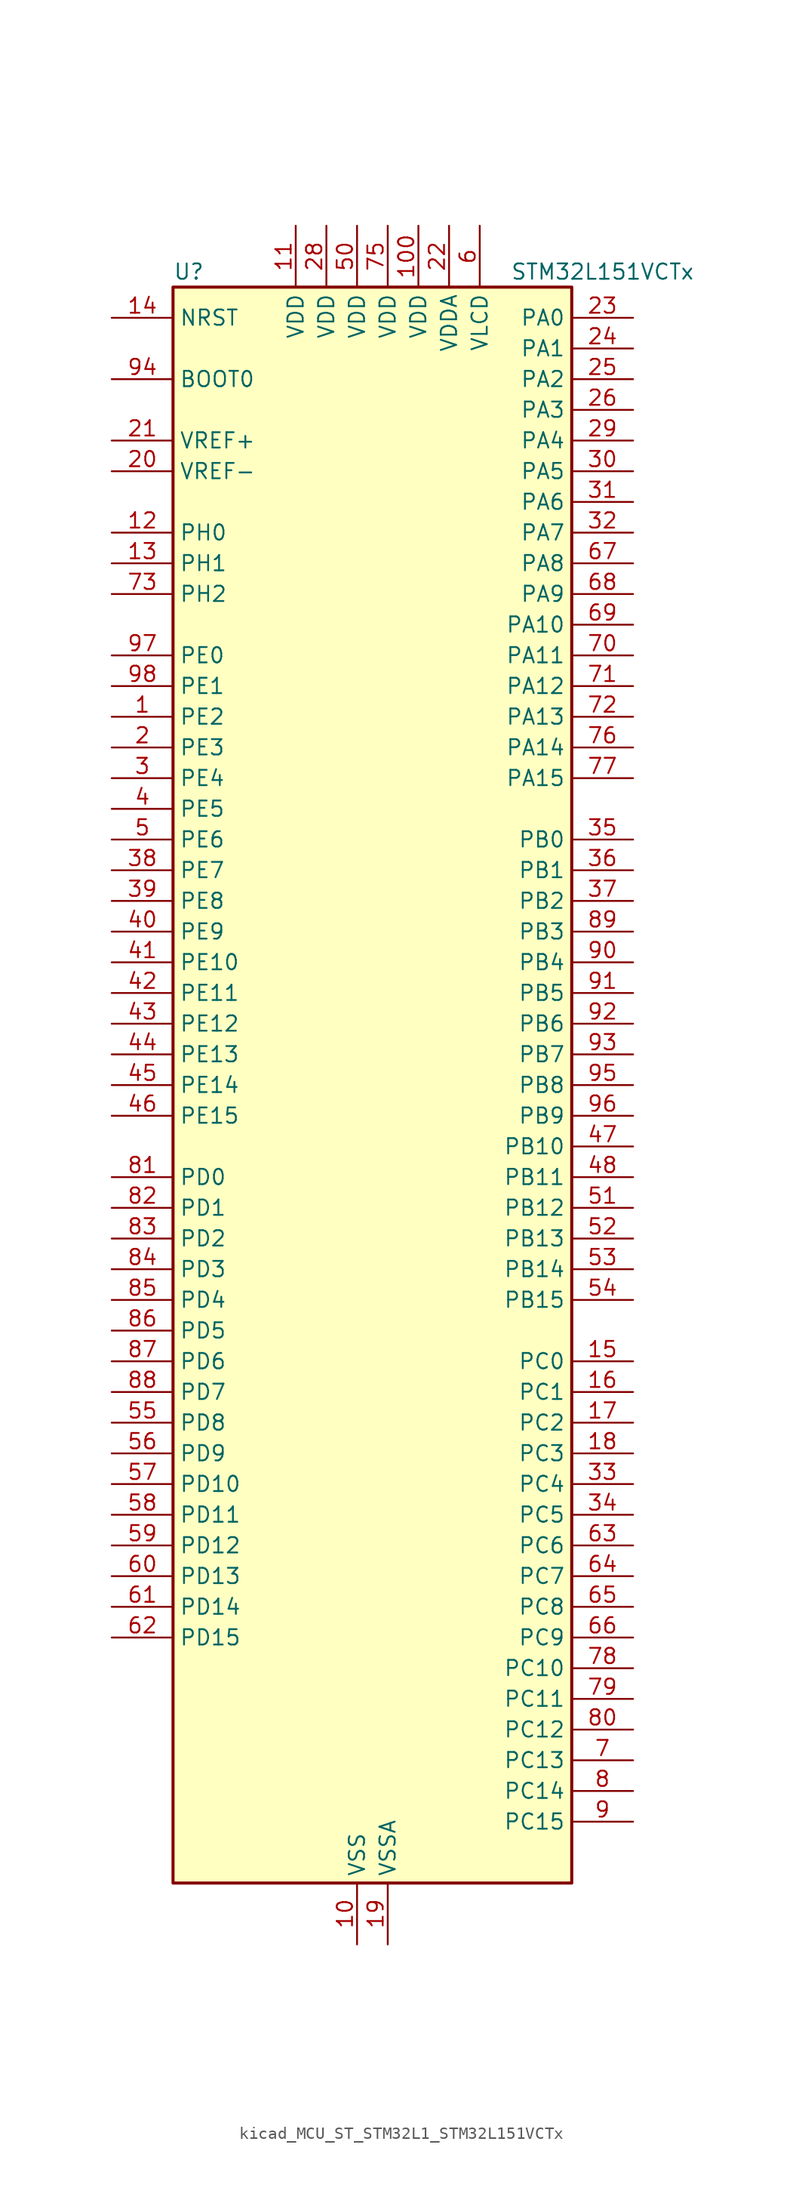
<source format=kicad_sym>
(kicad_symbol_lib
  (version 20220914)
  (generator kicad_symbol_editor)
  (symbol "kicad_MCU_ST_STM32L1_STM32L151VCTx"
    (property "Reference" "U"
      (at -15.24 67.31 0)
      (effects (font (size 1.27 1.27)) (justify left)))
    (property "Value" "STM32L151VCTx"
      (at 12.7 67.31 0)
      (effects (font (size 1.27 1.27)) (justify left)))
    (property "ki_locked" ""
      (at 0 0 0)
      (effects (font (size 1.27 1.27))))
    (symbol "kicad_MCU_ST_STM32L1_STM32L151VCTx_0_1"
      (rectangle (start -15.24 -66.04) (end 17.78 66.04) (stroke (width 0.254) (type default)) (fill (type background))))
    (symbol "kicad_MCU_ST_STM32L1_STM32L151VCTx_1_1"
      (pin bidirectional line (at -20.32 30.48 0) (length 5.08) (name "PE2" (effects (font (size 1.27 1.27)))) (number "1" (effects (font (size 1.27 1.27)))) (alternate "SYS_TRACECK" bidirectional line) (alternate "TIM3_ETR" bidirectional line) (alternate "TIMX_IC3" bidirectional line))
      (pin power_in line (at 0 -71.12 90) (length 5.08) (name "VSS" (effects (font (size 1.27 1.27)))) (number "10" (effects (font (size 1.27 1.27)))))
      (pin power_in line (at 5.08 71.12 270) (length 5.08) (name "VDD" (effects (font (size 1.27 1.27)))) (number "100" (effects (font (size 1.27 1.27)))))
      (pin power_in line (at -5.08 71.12 270) (length 5.08) (name "VDD" (effects (font (size 1.27 1.27)))) (number "11" (effects (font (size 1.27 1.27)))))
      (pin bidirectional line (at -20.32 45.72 0) (length 5.08) (name "PH0" (effects (font (size 1.27 1.27)))) (number "12" (effects (font (size 1.27 1.27)))) (alternate "RCC_OSC_IN" bidirectional line))
      (pin bidirectional line (at -20.32 43.18 0) (length 5.08) (name "PH1" (effects (font (size 1.27 1.27)))) (number "13" (effects (font (size 1.27 1.27)))) (alternate "RCC_OSC_OUT" bidirectional line))
      (pin input line (at -20.32 63.5 0) (length 5.08) (name "NRST" (effects (font (size 1.27 1.27)))) (number "14" (effects (font (size 1.27 1.27)))))
      (pin bidirectional line (at 22.86 -22.86 180) (length 5.08) (name "PC0" (effects (font (size 1.27 1.27)))) (number "15" (effects (font (size 1.27 1.27)))) (alternate "ADC_IN10" bidirectional line) (alternate "COMP1_INP" bidirectional line) (alternate "TIMX_IC1" bidirectional line) (alternate "TS_G8_IO1" bidirectional line))
      (pin bidirectional line (at 22.86 -25.4 180) (length 5.08) (name "PC1" (effects (font (size 1.27 1.27)))) (number "16" (effects (font (size 1.27 1.27)))) (alternate "ADC_IN11" bidirectional line) (alternate "COMP1_INP" bidirectional line) (alternate "TIMX_IC2" bidirectional line) (alternate "TS_G8_IO2" bidirectional line))
      (pin bidirectional line (at 22.86 -27.94 180) (length 5.08) (name "PC2" (effects (font (size 1.27 1.27)))) (number "17" (effects (font (size 1.27 1.27)))) (alternate "ADC_IN12" bidirectional line) (alternate "COMP1_INP" bidirectional line) (alternate "TIMX_IC3" bidirectional line) (alternate "TS_G8_IO3" bidirectional line))
      (pin bidirectional line (at 22.86 -30.48 180) (length 5.08) (name "PC3" (effects (font (size 1.27 1.27)))) (number "18" (effects (font (size 1.27 1.27)))) (alternate "ADC_IN13" bidirectional line) (alternate "COMP1_INP" bidirectional line) (alternate "TIMX_IC4" bidirectional line) (alternate "TS_G8_IO4" bidirectional line))
      (pin power_in line (at 2.54 -71.12 90) (length 5.08) (name "VSSA" (effects (font (size 1.27 1.27)))) (number "19" (effects (font (size 1.27 1.27)))))
      (pin bidirectional line (at -20.32 27.94 0) (length 5.08) (name "PE3" (effects (font (size 1.27 1.27)))) (number "2" (effects (font (size 1.27 1.27)))) (alternate "SYS_TRACED0" bidirectional line) (alternate "TIM3_CH1" bidirectional line) (alternate "TIMX_IC4" bidirectional line))
      (pin input line (at -20.32 50.8 0) (length 5.08) (name "VREF-" (effects (font (size 1.27 1.27)))) (number "20" (effects (font (size 1.27 1.27)))))
      (pin input line (at -20.32 53.34 0) (length 5.08) (name "VREF+" (effects (font (size 1.27 1.27)))) (number "21" (effects (font (size 1.27 1.27)))))
      (pin power_in line (at 7.62 71.12 270) (length 5.08) (name "VDDA" (effects (font (size 1.27 1.27)))) (number "22" (effects (font (size 1.27 1.27)))))
      (pin bidirectional line (at 22.86 63.5 180) (length 5.08) (name "PA0" (effects (font (size 1.27 1.27)))) (number "23" (effects (font (size 1.27 1.27)))) (alternate "ADC_IN0" bidirectional line) (alternate "COMP1_INP" bidirectional line) (alternate "RTC_TAMP2" bidirectional line) (alternate "SYS_WKUP1" bidirectional line) (alternate "TIM2_CH1" bidirectional line) (alternate "TIM2_ETR" bidirectional line) (alternate "TIM5_CH1" bidirectional line) (alternate "TIMX_IC1" bidirectional line) (alternate "TS_G1_IO1" bidirectional line) (alternate "USART2_CTS" bidirectional line))
      (pin bidirectional line (at 22.86 60.96 180) (length 5.08) (name "PA1" (effects (font (size 1.27 1.27)))) (number "24" (effects (font (size 1.27 1.27)))) (alternate "ADC_IN1" bidirectional line) (alternate "COMP1_INP" bidirectional line) (alternate "OPAMP1_VINP" bidirectional line) (alternate "TIM2_CH2" bidirectional line) (alternate "TIM5_CH2" bidirectional line) (alternate "TIMX_IC2" bidirectional line) (alternate "TS_G1_IO2" bidirectional line) (alternate "USART2_RTS" bidirectional line))
      (pin bidirectional line (at 22.86 58.42 180) (length 5.08) (name "PA2" (effects (font (size 1.27 1.27)))) (number "25" (effects (font (size 1.27 1.27)))) (alternate "ADC_IN2" bidirectional line) (alternate "COMP1_INP" bidirectional line) (alternate "OPAMP1_VINM" bidirectional line) (alternate "TIM2_CH3" bidirectional line) (alternate "TIM5_CH3" bidirectional line) (alternate "TIM9_CH1" bidirectional line) (alternate "TIMX_IC3" bidirectional line) (alternate "TS_G1_IO3" bidirectional line) (alternate "USART2_TX" bidirectional line))
      (pin bidirectional line (at 22.86 55.88 180) (length 5.08) (name "PA3" (effects (font (size 1.27 1.27)))) (number "26" (effects (font (size 1.27 1.27)))) (alternate "ADC_IN3" bidirectional line) (alternate "COMP1_INP" bidirectional line) (alternate "OPAMP1_VOUT" bidirectional line) (alternate "TIM2_CH4" bidirectional line) (alternate "TIM5_CH4" bidirectional line) (alternate "TIM9_CH2" bidirectional line) (alternate "TIMX_IC4" bidirectional line) (alternate "TS_G1_IO4" bidirectional line) (alternate "USART2_RX" bidirectional line))
      (pin passive line (at 0 -71.12 90) (length 5.08) hide (name "VSS" (effects (font (size 1.27 1.27)))) (number "27" (effects (font (size 1.27 1.27)))))
      (pin power_in line (at -2.54 71.12 270) (length 5.08) (name "VDD" (effects (font (size 1.27 1.27)))) (number "28" (effects (font (size 1.27 1.27)))))
      (pin bidirectional line (at 22.86 53.34 180) (length 5.08) (name "PA4" (effects (font (size 1.27 1.27)))) (number "29" (effects (font (size 1.27 1.27)))) (alternate "ADC_IN4" bidirectional line) (alternate "COMP1_INP" bidirectional line) (alternate "DAC_OUT1" bidirectional line) (alternate "I2S3_WS" bidirectional line) (alternate "SPI1_NSS" bidirectional line) (alternate "SPI3_NSS" bidirectional line) (alternate "TIMX_IC1" bidirectional line) (alternate "USART2_CK" bidirectional line))
      (pin bidirectional line (at -20.32 25.4 0) (length 5.08) (name "PE4" (effects (font (size 1.27 1.27)))) (number "3" (effects (font (size 1.27 1.27)))) (alternate "SYS_TRACED1" bidirectional line) (alternate "TIM3_CH2" bidirectional line) (alternate "TIMX_IC1" bidirectional line))
      (pin bidirectional line (at 22.86 50.8 180) (length 5.08) (name "PA5" (effects (font (size 1.27 1.27)))) (number "30" (effects (font (size 1.27 1.27)))) (alternate "ADC_IN5" bidirectional line) (alternate "COMP1_INP" bidirectional line) (alternate "DAC_OUT2" bidirectional line) (alternate "SPI1_SCK" bidirectional line) (alternate "TIM2_CH1" bidirectional line) (alternate "TIM2_ETR" bidirectional line) (alternate "TIMX_IC2" bidirectional line))
      (pin bidirectional line (at 22.86 48.26 180) (length 5.08) (name "PA6" (effects (font (size 1.27 1.27)))) (number "31" (effects (font (size 1.27 1.27)))) (alternate "ADC_IN6" bidirectional line) (alternate "COMP1_INP" bidirectional line) (alternate "OPAMP2_VINP" bidirectional line) (alternate "SPI1_MISO" bidirectional line) (alternate "TIM10_CH1" bidirectional line) (alternate "TIM3_CH1" bidirectional line) (alternate "TIMX_IC3" bidirectional line) (alternate "TS_G2_IO1" bidirectional line))
      (pin bidirectional line (at 22.86 45.72 180) (length 5.08) (name "PA7" (effects (font (size 1.27 1.27)))) (number "32" (effects (font (size 1.27 1.27)))) (alternate "ADC_IN7" bidirectional line) (alternate "COMP1_INP" bidirectional line) (alternate "OPAMP2_VINM" bidirectional line) (alternate "SPI1_MOSI" bidirectional line) (alternate "TIM11_CH1" bidirectional line) (alternate "TIM3_CH2" bidirectional line) (alternate "TIMX_IC4" bidirectional line) (alternate "TS_G2_IO2" bidirectional line))
      (pin bidirectional line (at 22.86 -33.02 180) (length 5.08) (name "PC4" (effects (font (size 1.27 1.27)))) (number "33" (effects (font (size 1.27 1.27)))) (alternate "ADC_IN14" bidirectional line) (alternate "COMP1_INP" bidirectional line) (alternate "TIMX_IC1" bidirectional line) (alternate "TS_G9_IO1" bidirectional line))
      (pin bidirectional line (at 22.86 -35.56 180) (length 5.08) (name "PC5" (effects (font (size 1.27 1.27)))) (number "34" (effects (font (size 1.27 1.27)))) (alternate "ADC_IN15" bidirectional line) (alternate "COMP1_INP" bidirectional line) (alternate "TIMX_IC2" bidirectional line) (alternate "TS_G9_IO2" bidirectional line))
      (pin bidirectional line (at 22.86 20.32 180) (length 5.08) (name "PB0" (effects (font (size 1.27 1.27)))) (number "35" (effects (font (size 1.27 1.27)))) (alternate "ADC_IN8" bidirectional line) (alternate "COMP1_INP" bidirectional line) (alternate "OPAMP2_VOUT" bidirectional line) (alternate "SYS_V_REF_OUT" bidirectional line) (alternate "TIM3_CH3" bidirectional line) (alternate "TS_G3_IO1" bidirectional line))
      (pin bidirectional line (at 22.86 17.78 180) (length 5.08) (name "PB1" (effects (font (size 1.27 1.27)))) (number "36" (effects (font (size 1.27 1.27)))) (alternate "ADC_IN9" bidirectional line) (alternate "COMP1_INP" bidirectional line) (alternate "SYS_V_REF_OUT" bidirectional line) (alternate "TIM3_CH4" bidirectional line) (alternate "TS_G3_IO2" bidirectional line))
      (pin bidirectional line (at 22.86 15.24 180) (length 5.08) (name "PB2" (effects (font (size 1.27 1.27)))) (number "37" (effects (font (size 1.27 1.27)))) (alternate "TS_G3_IO3" bidirectional line))
      (pin bidirectional line (at -20.32 17.78 0) (length 5.08) (name "PE7" (effects (font (size 1.27 1.27)))) (number "38" (effects (font (size 1.27 1.27)))) (alternate "ADC_IN22" bidirectional line) (alternate "COMP1_INP" bidirectional line) (alternate "TIMX_IC4" bidirectional line))
      (pin bidirectional line (at -20.32 15.24 0) (length 5.08) (name "PE8" (effects (font (size 1.27 1.27)))) (number "39" (effects (font (size 1.27 1.27)))) (alternate "ADC_IN23" bidirectional line) (alternate "COMP1_INP" bidirectional line) (alternate "TIMX_IC1" bidirectional line))
      (pin bidirectional line (at -20.32 22.86 0) (length 5.08) (name "PE5" (effects (font (size 1.27 1.27)))) (number "4" (effects (font (size 1.27 1.27)))) (alternate "SYS_TRACED2" bidirectional line) (alternate "TIM9_CH1" bidirectional line) (alternate "TIMX_IC2" bidirectional line))
      (pin bidirectional line (at -20.32 12.7 0) (length 5.08) (name "PE9" (effects (font (size 1.27 1.27)))) (number "40" (effects (font (size 1.27 1.27)))) (alternate "ADC_IN24" bidirectional line) (alternate "COMP1_INP" bidirectional line) (alternate "DAC_EXTI9" bidirectional line) (alternate "TIM2_CH1" bidirectional line) (alternate "TIM2_ETR" bidirectional line) (alternate "TIM5_ETR" bidirectional line) (alternate "TIMX_IC2" bidirectional line))
      (pin bidirectional line (at -20.32 10.16 0) (length 5.08) (name "PE10" (effects (font (size 1.27 1.27)))) (number "41" (effects (font (size 1.27 1.27)))) (alternate "ADC_IN25" bidirectional line) (alternate "COMP1_INP" bidirectional line) (alternate "TIM2_CH2" bidirectional line) (alternate "TIMX_IC3" bidirectional line))
      (pin bidirectional line (at -20.32 7.62 0) (length 5.08) (name "PE11" (effects (font (size 1.27 1.27)))) (number "42" (effects (font (size 1.27 1.27)))) (alternate "ADC_EXTI11" bidirectional line) (alternate "TIM2_CH3" bidirectional line) (alternate "TIMX_IC4" bidirectional line))
      (pin bidirectional line (at -20.32 5.08 0) (length 5.08) (name "PE12" (effects (font (size 1.27 1.27)))) (number "43" (effects (font (size 1.27 1.27)))) (alternate "SPI1_NSS" bidirectional line) (alternate "TIM2_CH4" bidirectional line) (alternate "TIMX_IC1" bidirectional line))
      (pin bidirectional line (at -20.32 2.54 0) (length 5.08) (name "PE13" (effects (font (size 1.27 1.27)))) (number "44" (effects (font (size 1.27 1.27)))) (alternate "SPI1_SCK" bidirectional line) (alternate "TIMX_IC2" bidirectional line))
      (pin bidirectional line (at -20.32 0 0) (length 5.08) (name "PE14" (effects (font (size 1.27 1.27)))) (number "45" (effects (font (size 1.27 1.27)))) (alternate "SPI1_MISO" bidirectional line) (alternate "TIMX_IC3" bidirectional line))
      (pin bidirectional line (at -20.32 -2.54 0) (length 5.08) (name "PE15" (effects (font (size 1.27 1.27)))) (number "46" (effects (font (size 1.27 1.27)))) (alternate "ADC_EXTI15" bidirectional line) (alternate "SPI1_MOSI" bidirectional line) (alternate "TIMX_IC4" bidirectional line))
      (pin bidirectional line (at 22.86 -5.08 180) (length 5.08) (name "PB10" (effects (font (size 1.27 1.27)))) (number "47" (effects (font (size 1.27 1.27)))) (alternate "I2C2_SCL" bidirectional line) (alternate "TIM2_CH3" bidirectional line) (alternate "USART3_TX" bidirectional line))
      (pin bidirectional line (at 22.86 -7.62 180) (length 5.08) (name "PB11" (effects (font (size 1.27 1.27)))) (number "48" (effects (font (size 1.27 1.27)))) (alternate "ADC_EXTI11" bidirectional line) (alternate "I2C2_SDA" bidirectional line) (alternate "TIM2_CH4" bidirectional line) (alternate "USART3_RX" bidirectional line))
      (pin passive line (at 0 -71.12 90) (length 5.08) hide (name "VSS" (effects (font (size 1.27 1.27)))) (number "49" (effects (font (size 1.27 1.27)))))
      (pin bidirectional line (at -20.32 20.32 0) (length 5.08) (name "PE6" (effects (font (size 1.27 1.27)))) (number "5" (effects (font (size 1.27 1.27)))) (alternate "RTC_TAMP3" bidirectional line) (alternate "SYS_TRACED3" bidirectional line) (alternate "SYS_WKUP3" bidirectional line) (alternate "TIM9_CH2" bidirectional line) (alternate "TIMX_IC3" bidirectional line))
      (pin power_in line (at 0 71.12 270) (length 5.08) (name "VDD" (effects (font (size 1.27 1.27)))) (number "50" (effects (font (size 1.27 1.27)))))
      (pin bidirectional line (at 22.86 -10.16 180) (length 5.08) (name "PB12" (effects (font (size 1.27 1.27)))) (number "51" (effects (font (size 1.27 1.27)))) (alternate "ADC_IN18" bidirectional line) (alternate "COMP1_INP" bidirectional line) (alternate "I2C2_SMBA" bidirectional line) (alternate "I2S2_WS" bidirectional line) (alternate "SPI2_NSS" bidirectional line) (alternate "TIM10_CH1" bidirectional line) (alternate "TS_G7_IO1" bidirectional line) (alternate "USART3_CK" bidirectional line))
      (pin bidirectional line (at 22.86 -12.7 180) (length 5.08) (name "PB13" (effects (font (size 1.27 1.27)))) (number "52" (effects (font (size 1.27 1.27)))) (alternate "ADC_IN19" bidirectional line) (alternate "COMP1_INP" bidirectional line) (alternate "I2S2_CK" bidirectional line) (alternate "SPI2_SCK" bidirectional line) (alternate "TIM9_CH1" bidirectional line) (alternate "TS_G7_IO2" bidirectional line) (alternate "USART3_CTS" bidirectional line))
      (pin bidirectional line (at 22.86 -15.24 180) (length 5.08) (name "PB14" (effects (font (size 1.27 1.27)))) (number "53" (effects (font (size 1.27 1.27)))) (alternate "ADC_IN20" bidirectional line) (alternate "COMP1_INP" bidirectional line) (alternate "SPI2_MISO" bidirectional line) (alternate "TIM9_CH2" bidirectional line) (alternate "TS_G7_IO3" bidirectional line) (alternate "USART3_RTS" bidirectional line))
      (pin bidirectional line (at 22.86 -17.78 180) (length 5.08) (name "PB15" (effects (font (size 1.27 1.27)))) (number "54" (effects (font (size 1.27 1.27)))) (alternate "ADC_EXTI15" bidirectional line) (alternate "ADC_IN21" bidirectional line) (alternate "COMP1_INP" bidirectional line) (alternate "I2S2_SD" bidirectional line) (alternate "RTC_REFIN" bidirectional line) (alternate "SPI2_MOSI" bidirectional line) (alternate "TIM11_CH1" bidirectional line) (alternate "TS_G7_IO4" bidirectional line))
      (pin bidirectional line (at -20.32 -27.94 0) (length 5.08) (name "PD8" (effects (font (size 1.27 1.27)))) (number "55" (effects (font (size 1.27 1.27)))) (alternate "TIMX_IC1" bidirectional line) (alternate "USART3_TX" bidirectional line))
      (pin bidirectional line (at -20.32 -30.48 0) (length 5.08) (name "PD9" (effects (font (size 1.27 1.27)))) (number "56" (effects (font (size 1.27 1.27)))) (alternate "DAC_EXTI9" bidirectional line) (alternate "TIMX_IC2" bidirectional line) (alternate "USART3_RX" bidirectional line))
      (pin bidirectional line (at -20.32 -33.02 0) (length 5.08) (name "PD10" (effects (font (size 1.27 1.27)))) (number "57" (effects (font (size 1.27 1.27)))) (alternate "TIMX_IC3" bidirectional line) (alternate "USART3_CK" bidirectional line))
      (pin bidirectional line (at -20.32 -35.56 0) (length 5.08) (name "PD11" (effects (font (size 1.27 1.27)))) (number "58" (effects (font (size 1.27 1.27)))) (alternate "ADC_EXTI11" bidirectional line) (alternate "TIMX_IC4" bidirectional line) (alternate "USART3_CTS" bidirectional line))
      (pin bidirectional line (at -20.32 -38.1 0) (length 5.08) (name "PD12" (effects (font (size 1.27 1.27)))) (number "59" (effects (font (size 1.27 1.27)))) (alternate "TIM4_CH1" bidirectional line) (alternate "TIMX_IC1" bidirectional line) (alternate "USART3_RTS" bidirectional line))
      (pin power_in line (at 10.16 71.12 270) (length 5.08) (name "VLCD" (effects (font (size 1.27 1.27)))) (number "6" (effects (font (size 1.27 1.27)))))
      (pin bidirectional line (at -20.32 -40.64 0) (length 5.08) (name "PD13" (effects (font (size 1.27 1.27)))) (number "60" (effects (font (size 1.27 1.27)))) (alternate "TIM4_CH2" bidirectional line) (alternate "TIMX_IC2" bidirectional line))
      (pin bidirectional line (at -20.32 -43.18 0) (length 5.08) (name "PD14" (effects (font (size 1.27 1.27)))) (number "61" (effects (font (size 1.27 1.27)))) (alternate "TIM4_CH3" bidirectional line) (alternate "TIMX_IC3" bidirectional line))
      (pin bidirectional line (at -20.32 -45.72 0) (length 5.08) (name "PD15" (effects (font (size 1.27 1.27)))) (number "62" (effects (font (size 1.27 1.27)))) (alternate "ADC_EXTI15" bidirectional line) (alternate "TIM4_CH4" bidirectional line) (alternate "TIMX_IC4" bidirectional line))
      (pin bidirectional line (at 22.86 -38.1 180) (length 5.08) (name "PC6" (effects (font (size 1.27 1.27)))) (number "63" (effects (font (size 1.27 1.27)))) (alternate "I2S2_MCK" bidirectional line) (alternate "TIM3_CH1" bidirectional line) (alternate "TIMX_IC3" bidirectional line) (alternate "TS_G10_IO1" bidirectional line))
      (pin bidirectional line (at 22.86 -40.64 180) (length 5.08) (name "PC7" (effects (font (size 1.27 1.27)))) (number "64" (effects (font (size 1.27 1.27)))) (alternate "I2S3_MCK" bidirectional line) (alternate "TIM3_CH2" bidirectional line) (alternate "TIMX_IC4" bidirectional line) (alternate "TS_G10_IO2" bidirectional line))
      (pin bidirectional line (at 22.86 -43.18 180) (length 5.08) (name "PC8" (effects (font (size 1.27 1.27)))) (number "65" (effects (font (size 1.27 1.27)))) (alternate "TIM3_CH3" bidirectional line) (alternate "TIMX_IC1" bidirectional line) (alternate "TS_G10_IO3" bidirectional line))
      (pin bidirectional line (at 22.86 -45.72 180) (length 5.08) (name "PC9" (effects (font (size 1.27 1.27)))) (number "66" (effects (font (size 1.27 1.27)))) (alternate "DAC_EXTI9" bidirectional line) (alternate "TIM3_CH4" bidirectional line) (alternate "TIMX_IC2" bidirectional line) (alternate "TS_G10_IO4" bidirectional line))
      (pin bidirectional line (at 22.86 43.18 180) (length 5.08) (name "PA8" (effects (font (size 1.27 1.27)))) (number "67" (effects (font (size 1.27 1.27)))) (alternate "RCC_MCO" bidirectional line) (alternate "TIMX_IC1" bidirectional line) (alternate "TS_G4_IO1" bidirectional line) (alternate "USART1_CK" bidirectional line))
      (pin bidirectional line (at 22.86 40.64 180) (length 5.08) (name "PA9" (effects (font (size 1.27 1.27)))) (number "68" (effects (font (size 1.27 1.27)))) (alternate "DAC_EXTI9" bidirectional line) (alternate "TIMX_IC2" bidirectional line) (alternate "TS_G4_IO2" bidirectional line) (alternate "USART1_TX" bidirectional line))
      (pin bidirectional line (at 22.86 38.1 180) (length 5.08) (name "PA10" (effects (font (size 1.27 1.27)))) (number "69" (effects (font (size 1.27 1.27)))) (alternate "TIMX_IC3" bidirectional line) (alternate "TS_G4_IO3" bidirectional line) (alternate "USART1_RX" bidirectional line))
      (pin bidirectional line (at 22.86 -55.88 180) (length 5.08) (name "PC13" (effects (font (size 1.27 1.27)))) (number "7" (effects (font (size 1.27 1.27)))) (alternate "RTC_OUT_ALARM" bidirectional line) (alternate "RTC_OUT_CALIB" bidirectional line) (alternate "RTC_TAMP1" bidirectional line) (alternate "RTC_TS" bidirectional line) (alternate "SYS_WKUP2" bidirectional line) (alternate "TIMX_IC2" bidirectional line))
      (pin bidirectional line (at 22.86 35.56 180) (length 5.08) (name "PA11" (effects (font (size 1.27 1.27)))) (number "70" (effects (font (size 1.27 1.27)))) (alternate "ADC_EXTI11" bidirectional line) (alternate "SPI1_MISO" bidirectional line) (alternate "TIMX_IC4" bidirectional line) (alternate "USART1_CTS" bidirectional line) (alternate "USB_DM" bidirectional line))
      (pin bidirectional line (at 22.86 33.02 180) (length 5.08) (name "PA12" (effects (font (size 1.27 1.27)))) (number "71" (effects (font (size 1.27 1.27)))) (alternate "SPI1_MOSI" bidirectional line) (alternate "TIMX_IC1" bidirectional line) (alternate "USART1_RTS" bidirectional line) (alternate "USB_DP" bidirectional line))
      (pin bidirectional line (at 22.86 30.48 180) (length 5.08) (name "PA13" (effects (font (size 1.27 1.27)))) (number "72" (effects (font (size 1.27 1.27)))) (alternate "SYS_JTMS-SWDIO" bidirectional line) (alternate "TIMX_IC2" bidirectional line) (alternate "TS_G5_IO1" bidirectional line))
      (pin bidirectional line (at -20.32 40.64 0) (length 5.08) (name "PH2" (effects (font (size 1.27 1.27)))) (number "73" (effects (font (size 1.27 1.27)))))
      (pin passive line (at 0 -71.12 90) (length 5.08) hide (name "VSS" (effects (font (size 1.27 1.27)))) (number "74" (effects (font (size 1.27 1.27)))))
      (pin power_in line (at 2.54 71.12 270) (length 5.08) (name "VDD" (effects (font (size 1.27 1.27)))) (number "75" (effects (font (size 1.27 1.27)))))
      (pin bidirectional line (at 22.86 27.94 180) (length 5.08) (name "PA14" (effects (font (size 1.27 1.27)))) (number "76" (effects (font (size 1.27 1.27)))) (alternate "SYS_JTCK-SWCLK" bidirectional line) (alternate "TIMX_IC3" bidirectional line) (alternate "TS_G5_IO2" bidirectional line))
      (pin bidirectional line (at 22.86 25.4 180) (length 5.08) (name "PA15" (effects (font (size 1.27 1.27)))) (number "77" (effects (font (size 1.27 1.27)))) (alternate "ADC_EXTI15" bidirectional line) (alternate "I2S3_WS" bidirectional line) (alternate "SPI1_NSS" bidirectional line) (alternate "SPI3_NSS" bidirectional line) (alternate "SYS_JTDI" bidirectional line) (alternate "TIM2_CH1" bidirectional line) (alternate "TIM2_ETR" bidirectional line) (alternate "TIMX_IC4" bidirectional line) (alternate "TS_G5_IO3" bidirectional line))
      (pin bidirectional line (at 22.86 -48.26 180) (length 5.08) (name "PC10" (effects (font (size 1.27 1.27)))) (number "78" (effects (font (size 1.27 1.27)))) (alternate "I2S3_CK" bidirectional line) (alternate "SPI3_SCK" bidirectional line) (alternate "TIMX_IC3" bidirectional line) (alternate "USART3_TX" bidirectional line))
      (pin bidirectional line (at 22.86 -50.8 180) (length 5.08) (name "PC11" (effects (font (size 1.27 1.27)))) (number "79" (effects (font (size 1.27 1.27)))) (alternate "ADC_EXTI11" bidirectional line) (alternate "SPI3_MISO" bidirectional line) (alternate "TIMX_IC4" bidirectional line) (alternate "USART3_RX" bidirectional line))
      (pin bidirectional line (at 22.86 -58.42 180) (length 5.08) (name "PC14" (effects (font (size 1.27 1.27)))) (number "8" (effects (font (size 1.27 1.27)))) (alternate "RCC_OSC32_IN" bidirectional line) (alternate "TIMX_IC3" bidirectional line))
      (pin bidirectional line (at 22.86 -53.34 180) (length 5.08) (name "PC12" (effects (font (size 1.27 1.27)))) (number "80" (effects (font (size 1.27 1.27)))) (alternate "I2S3_SD" bidirectional line) (alternate "SPI3_MOSI" bidirectional line) (alternate "TIMX_IC1" bidirectional line) (alternate "USART3_CK" bidirectional line))
      (pin bidirectional line (at -20.32 -7.62 0) (length 5.08) (name "PD0" (effects (font (size 1.27 1.27)))) (number "81" (effects (font (size 1.27 1.27)))) (alternate "I2S2_WS" bidirectional line) (alternate "SPI2_NSS" bidirectional line) (alternate "TIM9_CH1" bidirectional line) (alternate "TIMX_IC1" bidirectional line))
      (pin bidirectional line (at -20.32 -10.16 0) (length 5.08) (name "PD1" (effects (font (size 1.27 1.27)))) (number "82" (effects (font (size 1.27 1.27)))) (alternate "I2S2_CK" bidirectional line) (alternate "SPI2_SCK" bidirectional line) (alternate "TIMX_IC2" bidirectional line))
      (pin bidirectional line (at -20.32 -12.7 0) (length 5.08) (name "PD2" (effects (font (size 1.27 1.27)))) (number "83" (effects (font (size 1.27 1.27)))) (alternate "TIM3_ETR" bidirectional line) (alternate "TIMX_IC3" bidirectional line))
      (pin bidirectional line (at -20.32 -15.24 0) (length 5.08) (name "PD3" (effects (font (size 1.27 1.27)))) (number "84" (effects (font (size 1.27 1.27)))) (alternate "SPI2_MISO" bidirectional line) (alternate "TIMX_IC4" bidirectional line) (alternate "USART2_CTS" bidirectional line))
      (pin bidirectional line (at -20.32 -17.78 0) (length 5.08) (name "PD4" (effects (font (size 1.27 1.27)))) (number "85" (effects (font (size 1.27 1.27)))) (alternate "I2S2_SD" bidirectional line) (alternate "SPI2_MOSI" bidirectional line) (alternate "TIMX_IC1" bidirectional line) (alternate "USART2_RTS" bidirectional line))
      (pin bidirectional line (at -20.32 -20.32 0) (length 5.08) (name "PD5" (effects (font (size 1.27 1.27)))) (number "86" (effects (font (size 1.27 1.27)))) (alternate "TIMX_IC2" bidirectional line) (alternate "USART2_TX" bidirectional line))
      (pin bidirectional line (at -20.32 -22.86 0) (length 5.08) (name "PD6" (effects (font (size 1.27 1.27)))) (number "87" (effects (font (size 1.27 1.27)))) (alternate "TIMX_IC3" bidirectional line) (alternate "USART2_RX" bidirectional line))
      (pin bidirectional line (at -20.32 -25.4 0) (length 5.08) (name "PD7" (effects (font (size 1.27 1.27)))) (number "88" (effects (font (size 1.27 1.27)))) (alternate "TIM9_CH2" bidirectional line) (alternate "TIMX_IC4" bidirectional line) (alternate "USART2_CK" bidirectional line))
      (pin bidirectional line (at 22.86 12.7 180) (length 5.08) (name "PB3" (effects (font (size 1.27 1.27)))) (number "89" (effects (font (size 1.27 1.27)))) (alternate "COMP2_INM" bidirectional line) (alternate "I2S3_CK" bidirectional line) (alternate "SPI1_SCK" bidirectional line) (alternate "SPI3_SCK" bidirectional line) (alternate "SYS_JTDO-TRACESWO" bidirectional line) (alternate "TIM2_CH2" bidirectional line))
      (pin bidirectional line (at 22.86 -60.96 180) (length 5.08) (name "PC15" (effects (font (size 1.27 1.27)))) (number "9" (effects (font (size 1.27 1.27)))) (alternate "ADC_EXTI15" bidirectional line) (alternate "RCC_OSC32_OUT" bidirectional line) (alternate "TIMX_IC4" bidirectional line))
      (pin bidirectional line (at 22.86 10.16 180) (length 5.08) (name "PB4" (effects (font (size 1.27 1.27)))) (number "90" (effects (font (size 1.27 1.27)))) (alternate "COMP2_INP" bidirectional line) (alternate "SPI1_MISO" bidirectional line) (alternate "SPI3_MISO" bidirectional line) (alternate "SYS_JTRST" bidirectional line) (alternate "TIM3_CH1" bidirectional line) (alternate "TS_G6_IO1" bidirectional line))
      (pin bidirectional line (at 22.86 7.62 180) (length 5.08) (name "PB5" (effects (font (size 1.27 1.27)))) (number "91" (effects (font (size 1.27 1.27)))) (alternate "COMP2_INP" bidirectional line) (alternate "I2C1_SMBA" bidirectional line) (alternate "I2S3_SD" bidirectional line) (alternate "SPI1_MOSI" bidirectional line) (alternate "SPI3_MOSI" bidirectional line) (alternate "TIM3_CH2" bidirectional line) (alternate "TS_G6_IO2" bidirectional line))
      (pin bidirectional line (at 22.86 5.08 180) (length 5.08) (name "PB6" (effects (font (size 1.27 1.27)))) (number "92" (effects (font (size 1.27 1.27)))) (alternate "COMP2_INP" bidirectional line) (alternate "I2C1_SCL" bidirectional line) (alternate "TIM4_CH1" bidirectional line) (alternate "TS_G6_IO3" bidirectional line) (alternate "USART1_TX" bidirectional line))
      (pin bidirectional line (at 22.86 2.54 180) (length 5.08) (name "PB7" (effects (font (size 1.27 1.27)))) (number "93" (effects (font (size 1.27 1.27)))) (alternate "COMP2_INP" bidirectional line) (alternate "I2C1_SDA" bidirectional line) (alternate "SYS_PVD_IN" bidirectional line) (alternate "TIM4_CH2" bidirectional line) (alternate "TS_G6_IO4" bidirectional line) (alternate "USART1_RX" bidirectional line))
      (pin input line (at -20.32 58.42 0) (length 5.08) (name "BOOT0" (effects (font (size 1.27 1.27)))) (number "94" (effects (font (size 1.27 1.27)))))
      (pin bidirectional line (at 22.86 0 180) (length 5.08) (name "PB8" (effects (font (size 1.27 1.27)))) (number "95" (effects (font (size 1.27 1.27)))) (alternate "I2C1_SCL" bidirectional line) (alternate "TIM10_CH1" bidirectional line) (alternate "TIM4_CH3" bidirectional line))
      (pin bidirectional line (at 22.86 -2.54 180) (length 5.08) (name "PB9" (effects (font (size 1.27 1.27)))) (number "96" (effects (font (size 1.27 1.27)))) (alternate "DAC_EXTI9" bidirectional line) (alternate "I2C1_SDA" bidirectional line) (alternate "TIM11_CH1" bidirectional line) (alternate "TIM4_CH4" bidirectional line))
      (pin bidirectional line (at -20.32 35.56 0) (length 5.08) (name "PE0" (effects (font (size 1.27 1.27)))) (number "97" (effects (font (size 1.27 1.27)))) (alternate "TIM10_CH1" bidirectional line) (alternate "TIM4_ETR" bidirectional line) (alternate "TIMX_IC1" bidirectional line))
      (pin bidirectional line (at -20.32 33.02 0) (length 5.08) (name "PE1" (effects (font (size 1.27 1.27)))) (number "98" (effects (font (size 1.27 1.27)))) (alternate "TIM11_CH1" bidirectional line) (alternate "TIMX_IC2" bidirectional line))
      (pin passive line (at 0 -71.12 90) (length 5.08) hide (name "VSS" (effects (font (size 1.27 1.27)))) (number "99" (effects (font (size 1.27 1.27))))))))
</source>
